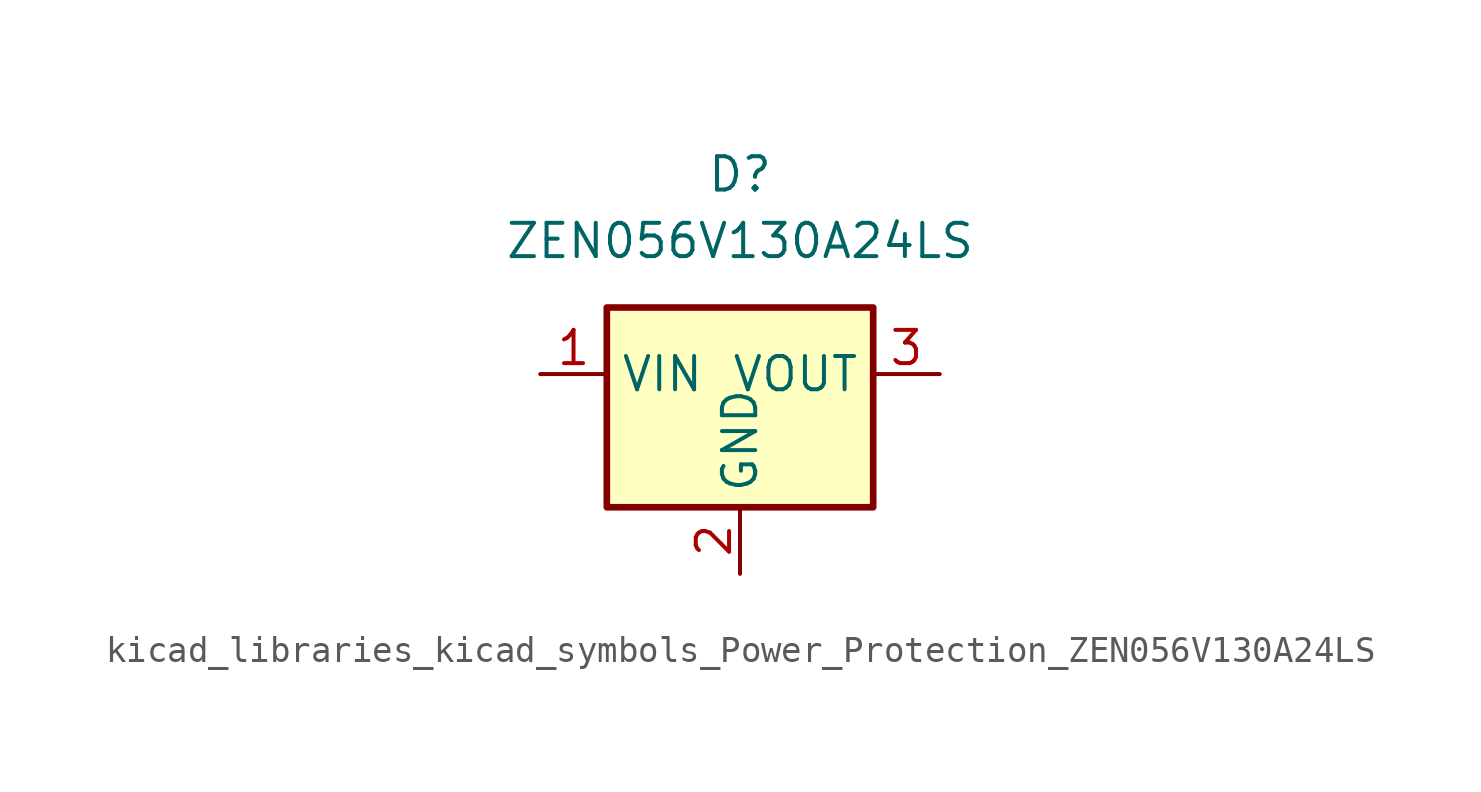
<source format=kicad_sym>
(kicad_symbol_lib
  (version 20220914)
  (generator kicad_symbol_editor)
  (symbol "kicad_libraries_kicad_symbols_Power_Protection_ZEN056V130A24LS"
    (property "Reference" "D"
      (at 0 10.16 0)
      (effects (font (size 1.27 1.27))))
    (property "Value" "ZEN056V130A24LS"
      (at 0 7.62 0)
      (effects (font (size 1.27 1.27))))
    (symbol "kicad_libraries_kicad_symbols_Power_Protection_ZEN056V130A24LS_0_1"
      (rectangle (start -5.08 5.08) (end 5.08 -2.54) (stroke (width 0.254) (type default)) (fill (type background))))
    (symbol "kicad_libraries_kicad_symbols_Power_Protection_ZEN056V130A24LS_1_1"
      (pin passive line (at -7.62 2.54 0) (length 2.54) (name "VIN" (effects (font (size 1.27 1.27)))) (number "1" (effects (font (size 1.27 1.27)))))
      (pin power_in line (at 0 -5.08 90) (length 2.54) (name "GND" (effects (font (size 1.27 1.27)))) (number "2" (effects (font (size 1.27 1.27)))))
      (pin passive line (at 7.62 2.54 180) (length 2.54) (name "VOUT" (effects (font (size 1.27 1.27)))) (number "3" (effects (font (size 1.27 1.27))))))))
</source>
